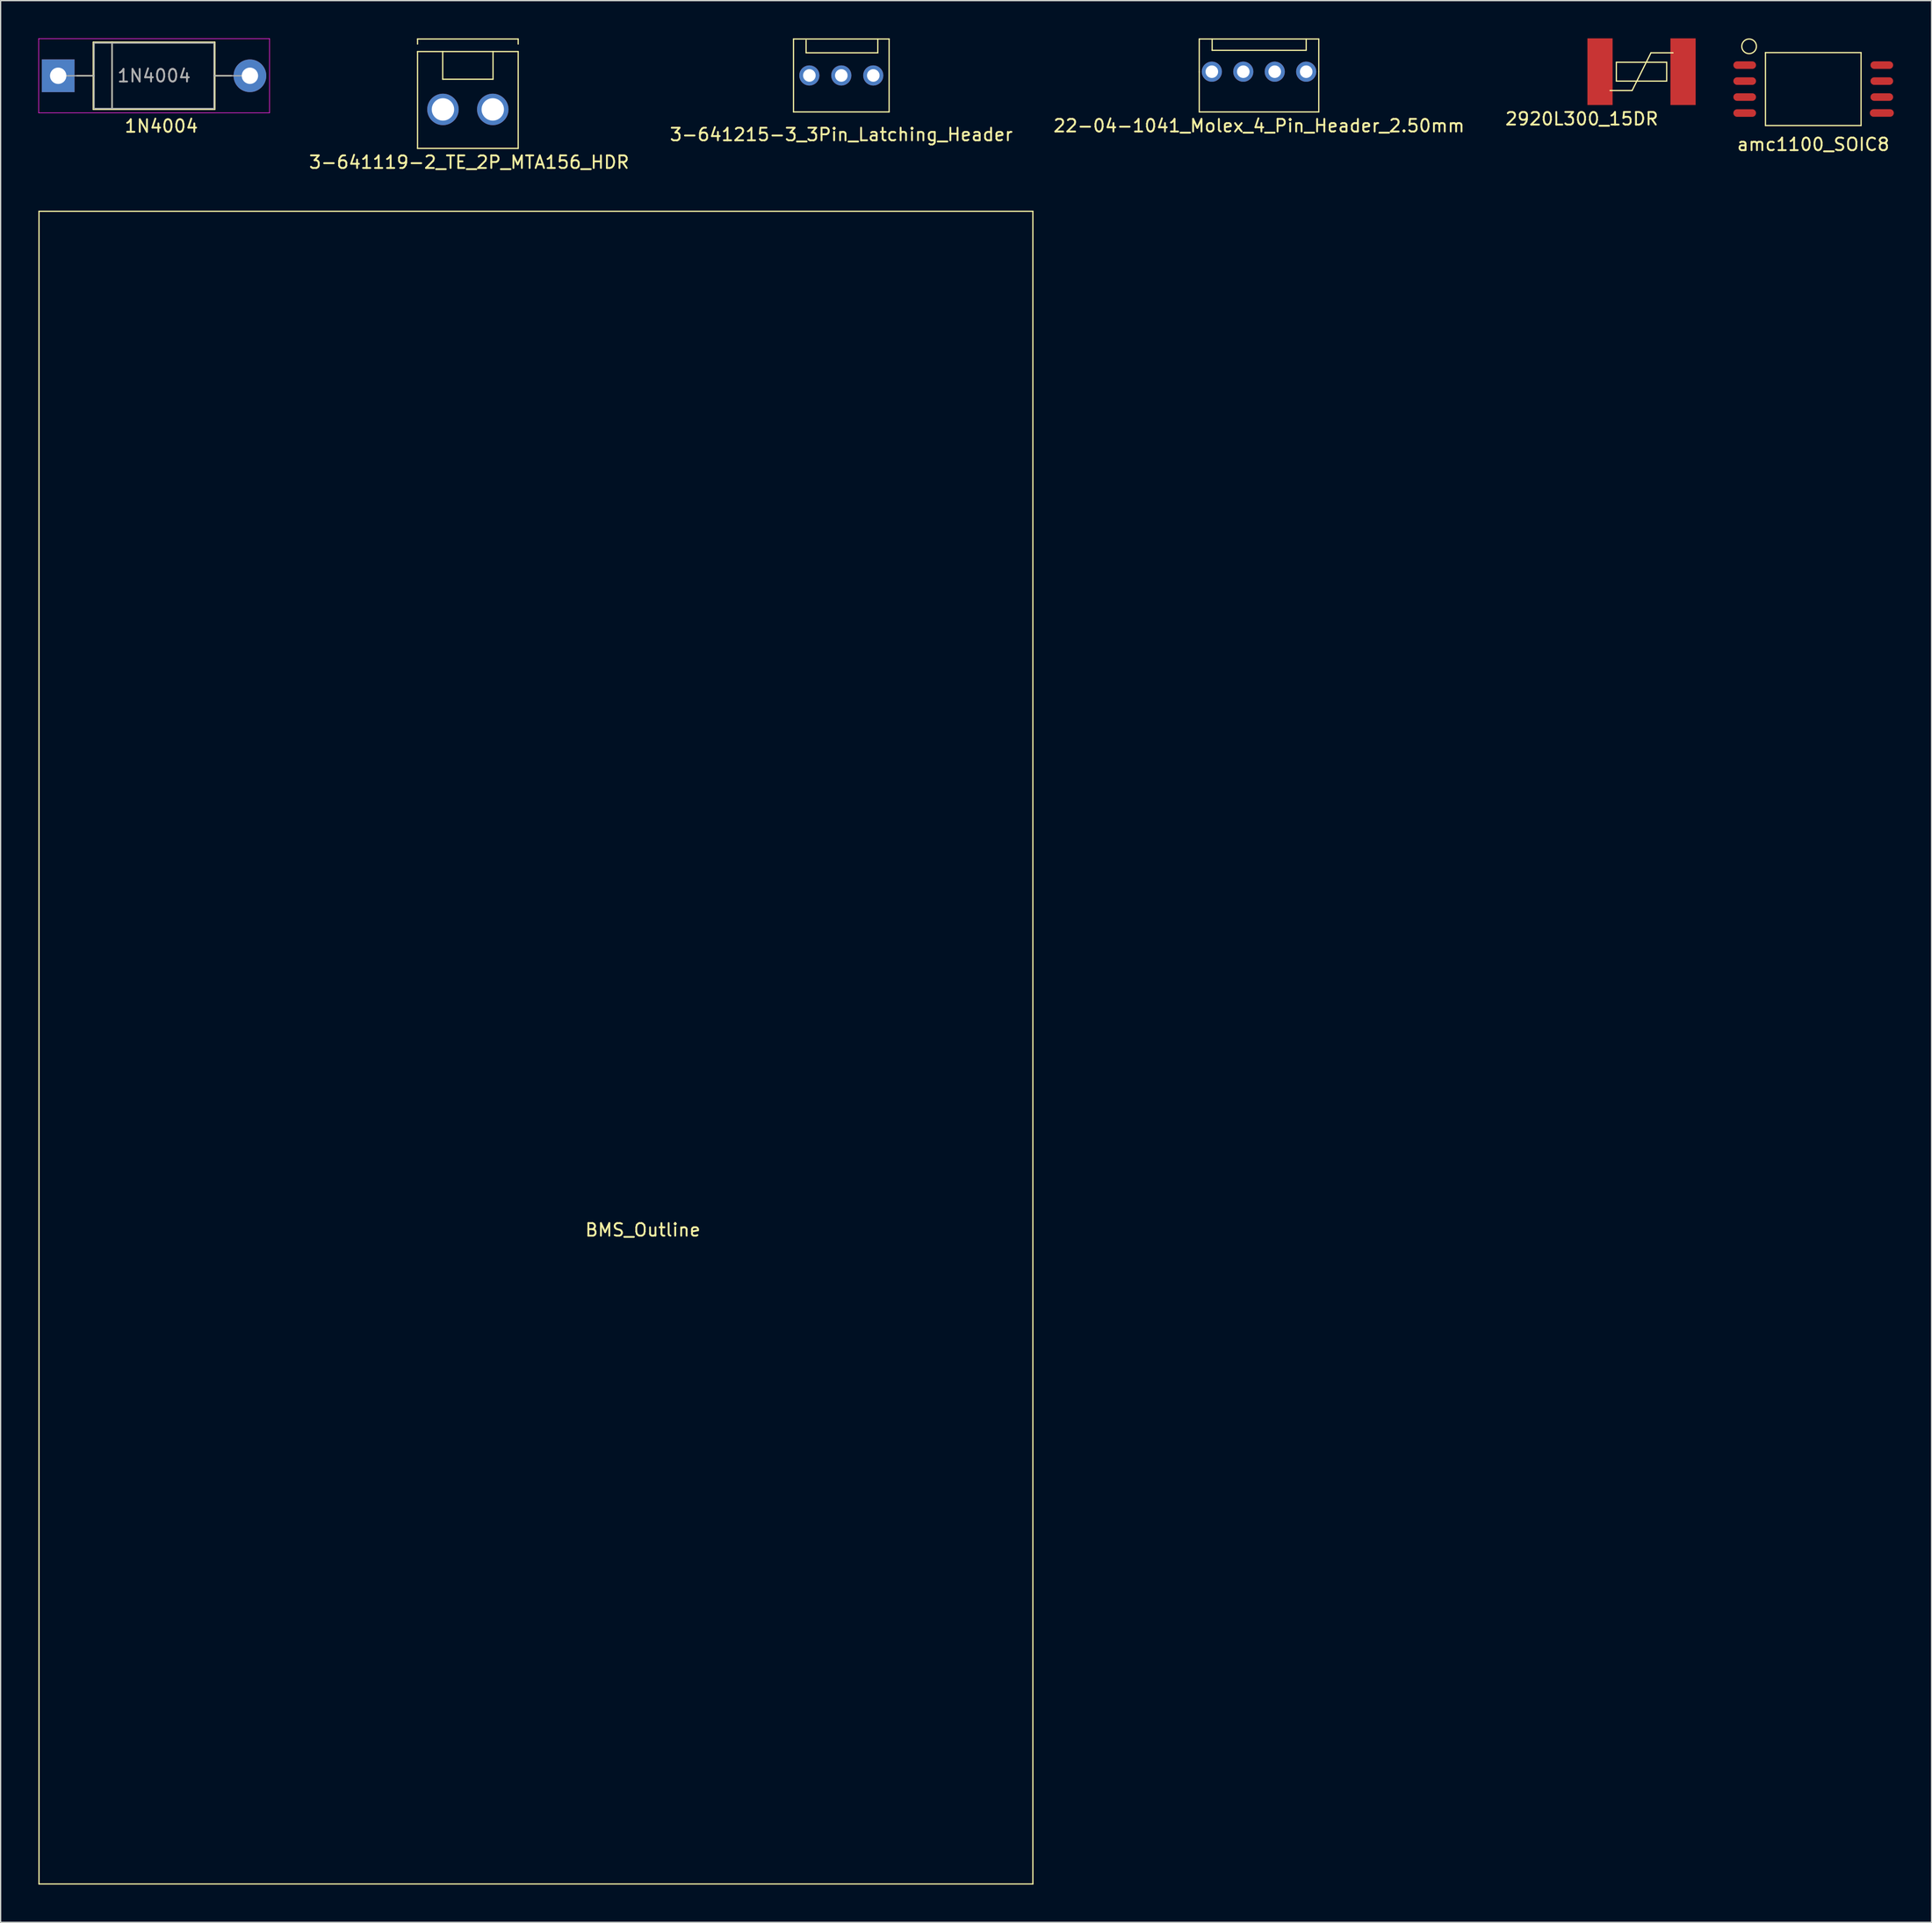
<source format=kicad_pcb>
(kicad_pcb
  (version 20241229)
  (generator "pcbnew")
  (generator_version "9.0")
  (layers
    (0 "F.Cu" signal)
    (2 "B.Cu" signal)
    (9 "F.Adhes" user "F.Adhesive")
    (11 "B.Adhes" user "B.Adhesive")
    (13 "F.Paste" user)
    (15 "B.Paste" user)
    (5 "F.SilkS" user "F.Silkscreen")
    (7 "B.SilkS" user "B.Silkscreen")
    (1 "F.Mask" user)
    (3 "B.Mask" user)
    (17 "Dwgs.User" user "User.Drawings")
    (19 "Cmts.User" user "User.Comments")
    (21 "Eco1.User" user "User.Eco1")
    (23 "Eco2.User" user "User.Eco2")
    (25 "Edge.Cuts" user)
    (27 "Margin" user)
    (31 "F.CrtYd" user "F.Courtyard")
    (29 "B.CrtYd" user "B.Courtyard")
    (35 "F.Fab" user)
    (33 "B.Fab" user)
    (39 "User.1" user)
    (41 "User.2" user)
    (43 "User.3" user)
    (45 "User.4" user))
  (footprint "1N4004"
    (layer "F.Cu")
    (at 1.575 2.975)
    (property "Reference" "1N4004" (at 8.2 4 0) (layer "F.SilkS") (effects (font (size 1 1) (thickness 0.15))))
    (attr through_hole)
    (fp_line (start 1.48 0) (end 2.795 0) (stroke (width 0.12) (type solid)) (layer "F.SilkS"))
    (fp_line (start 2.795 -2.665) (end 2.795 2.665) (stroke (width 0.12) (type solid)) (layer "F.SilkS"))
    (fp_line (start 2.795 2.665) (end 12.445 2.665) (stroke (width 0.12) (type solid)) (layer "F.SilkS"))
    (fp_line (start 4.285 -2.665) (end 4.285 2.665) (stroke (width 0.12) (type solid)) (layer "F.SilkS"))
    (fp_line (start 12.445 -2.665) (end 2.795 -2.665) (stroke (width 0.12) (type solid)) (layer "F.SilkS"))
    (fp_line (start 12.445 2.665) (end 12.445 -2.665) (stroke (width 0.12) (type solid)) (layer "F.SilkS"))
    (fp_line (start 13.76 0) (end 12.445 0) (stroke (width 0.12) (type solid)) (layer "F.SilkS"))
    (fp_line (start -1.55 -2.95) (end -1.55 2.95) (stroke (width 0.05) (type solid)) (layer "F.CrtYd"))
    (fp_line (start -1.55 2.95) (end 16.8 2.95) (stroke (width 0.05) (type solid)) (layer "F.CrtYd"))
    (fp_line (start 16.8 -2.95) (end -1.55 -2.95) (stroke (width 0.05) (type solid)) (layer "F.CrtYd"))
    (fp_line (start 16.8 2.95) (end 16.8 -2.95) (stroke (width 0.05) (type solid)) (layer "F.CrtYd"))
    (fp_line (start 0 0) (end 2.855 0) (stroke (width 0.1) (type solid)) (layer "F.Fab"))
    (fp_line (start 2.855 -2.605) (end 2.855 2.605) (stroke (width 0.1) (type solid)) (layer "F.Fab"))
    (fp_line (start 2.855 2.605) (end 12.385 2.605) (stroke (width 0.1) (type solid)) (layer "F.Fab"))
    (fp_line (start 4.285 -2.605) (end 4.285 2.605) (stroke (width 0.1) (type solid)) (layer "F.Fab"))
    (fp_line (start 12.385 -2.605) (end 2.855 -2.605) (stroke (width 0.1) (type solid)) (layer "F.Fab"))
    (fp_line (start 12.385 2.605) (end 12.385 -2.605) (stroke (width 0.1) (type solid)) (layer "F.Fab"))
    (fp_line (start 15.24 0) (end 12.385 0) (stroke (width 0.1) (type solid)) (layer "F.Fab"))
    (fp_text user "${REFERENCE}" (at 7.62 0 0) (layer "F.Fab") (effects (font (size 1 1) (thickness 0.15))))
    (pad "1" thru_hole rect (at 0 0) (size 2.6 2.6) (drill 1.3) (layers "*.Cu" "*.Mask"))
    (pad "2" thru_hole oval (at 15.24 0) (size 2.6 2.6) (drill 1.3) (layers "*.Cu" "*.Mask")))
  (footprint "amc1100_SOIC8"
    (layer "F.Cu")
    (at 141.08 4.033)
    (property "Reference" "amc1100_SOIC8" (at 0 4.4 0) (layer "F.SilkS") (effects (font (size 1 1) (thickness 0.15))))
    (attr through_hole)
    (fp_line (start -3.8 -2.9) (end -3.8 2.9) (stroke (width 0.1) (type solid)) (layer "F.SilkS"))
    (fp_line (start -3.8 2.9) (end 3.8 2.9) (stroke (width 0.1) (type solid)) (layer "F.SilkS"))
    (fp_line (start 3.8 -2.9) (end -3.8 -2.9) (stroke (width 0.1) (type solid)) (layer "F.SilkS"))
    (fp_line (start 3.8 2.9) (end 3.8 -2.9) (stroke (width 0.1) (type solid)) (layer "F.SilkS"))
    (fp_circle (center -5.1 -3.4) (end -4.6 -3.1) (stroke (width 0.1) (type solid)) (fill no) (layer "F.SilkS"))
    (pad "1" smd oval (at -5.45 -1.905) (size 1.8 0.6) (layers "F.Cu" "F.Mask" "F.Paste"))
    (pad "2" smd oval (at -5.45 -0.635) (size 1.8 0.6) (layers "F.Cu" "F.Mask" "F.Paste"))
    (pad "3" smd oval (at -5.45 0.635) (size 1.8 0.6) (layers "F.Cu" "F.Mask" "F.Paste"))
    (pad "4" smd oval (at -5.45 1.905) (size 1.8 0.6) (layers "F.Cu" "F.Mask" "F.Paste"))
    (pad "5" smd oval (at 5.45 1.9) (size 1.905 0.6) (layers "F.Cu" "F.Mask" "F.Paste"))
    (pad "6" smd oval (at 5.45 0.635) (size 1.8 0.6) (layers "F.Cu" "F.Mask" "F.Paste"))
    (pad "7" smd oval (at 5.45 -0.635) (size 1.8 0.6) (layers "F.Cu" "F.Mask" "F.Paste"))
    (pad "8" smd oval (at 5.45 -1.905) (size 1.8 0.6) (layers "F.Cu" "F.Mask" "F.Paste")))
  (footprint "BMS_Outline"
    (layer "F.Cu")
    (at 48.05 80.748)
    (property "Reference" "BMS_Outline" (at 0 14 0) (layer "F.SilkS") (effects (font (size 1 1) (thickness 0.15))))
    (attr through_hole)
    (fp_line (start -48 -67) (end -48 66) (stroke (width 0.1) (type solid)) (layer "F.SilkS"))
    (fp_line (start 31 -67) (end -48 -67) (stroke (width 0.1) (type solid)) (layer "F.SilkS"))
    (fp_line (start 31 -67) (end 31 66) (stroke (width 0.1) (type solid)) (layer "F.SilkS"))
    (fp_line (start 31 66) (end -48 66) (stroke (width 0.1) (type solid)) (layer "F.SilkS")))
  (footprint "3-641119-2_TE_2P_MTA156_HDR"
    (layer "F.Cu")
    (at 34.139 5.65)
    (property "Reference" "3-641119-2_TE_2P_MTA156_HDR" (at 0.1 4.2 0) (layer "F.SilkS") (effects (font (size 1 1) (thickness 0.15))))
    (attr through_hole)
    (fp_line (start -4 -5.6) (end -4 -5.2) (stroke (width 0.1) (type solid)) (layer "F.SilkS"))
    (fp_line (start -4 -5.6) (end 4 -5.6) (stroke (width 0.1) (type solid)) (layer "F.SilkS"))
    (fp_line (start -4 -4.6) (end -4 3.1) (stroke (width 0.1) (type solid)) (layer "F.SilkS"))
    (fp_line (start -2 -2.4) (end -2 -4.6) (stroke (width 0.1) (type solid)) (layer "F.SilkS"))
    (fp_line (start -2 -2.4) (end 2 -2.4) (stroke (width 0.1) (type solid)) (layer "F.SilkS"))
    (fp_line (start 2 -2.4) (end 2 -4.6) (stroke (width 0.1) (type solid)) (layer "F.SilkS"))
    (fp_line (start 4 -5.6) (end 4 -5.2) (stroke (width 0.1) (type solid)) (layer "F.SilkS"))
    (fp_line (start 4 -4.6) (end -4 -4.6) (stroke (width 0.1) (type solid)) (layer "F.SilkS"))
    (fp_line (start 4 3.1) (end -4 3.1) (stroke (width 0.1) (type solid)) (layer "F.SilkS"))
    (fp_line (start 4 3.1) (end 4 -4.6) (stroke (width 0.1) (type solid)) (layer "F.SilkS"))
    (pad "1" thru_hole circle (at 1.98 0) (size 2.5 2.5) (drill 1.78) (layers "*.Cu" "*.Mask"))
    (pad "2" thru_hole circle (at -1.98 0) (size 2.5 2.5) (drill 1.78) (layers "*.Cu" "*.Mask")))
  (footprint "3-641215-3_3Pin_Latching_Header"
    (layer "F.Cu")
    (at 63.823 2.95)
    (property "Reference" "3-641215-3_3Pin_Latching_Header" (at 0 4.7 0) (layer "F.SilkS") (effects (font (size 1 1) (thickness 0.15))))
    (attr through_hole)
    (fp_line (start -3.8 -2.9) (end -3.8 2.9) (stroke (width 0.1) (type solid)) (layer "F.SilkS"))
    (fp_line (start -3.8 2.9) (end 3.8 2.9) (stroke (width 0.1) (type solid)) (layer "F.SilkS"))
    (fp_line (start -2.8 -2.8) (end -2.8 -1.8) (stroke (width 0.1) (type solid)) (layer "F.SilkS"))
    (fp_line (start -2.8 -1.8) (end 2.9 -1.8) (stroke (width 0.1) (type solid)) (layer "F.SilkS"))
    (fp_line (start 2.9 -1.8) (end 2.9 -2.9) (stroke (width 0.1) (type solid)) (layer "F.SilkS"))
    (fp_line (start 3.8 -2.9) (end -3.8 -2.9) (stroke (width 0.1) (type solid)) (layer "F.SilkS"))
    (fp_line (start 3.8 2.9) (end 3.8 -2.9) (stroke (width 0.1) (type solid)) (layer "F.SilkS"))
    (pad "1" thru_hole circle (at 2.54 0) (size 1.6 1.6) (drill 1) (layers "*.Cu" "*.Mask"))
    (pad "2" thru_hole circle (at 0 0) (size 1.6 1.6) (drill 1) (layers "*.Cu" "*.Mask"))
    (pad "3" thru_hole circle (at -2.54 0) (size 1.6 1.6) (drill 1) (layers "*.Cu" "*.Mask")))
  (footprint "2920L300_15DR"
    (layer "F.Cu")
    (at 127.43 2.65)
    (property "Reference" "2920L300_15DR" (at -4.75 3.75 0) (layer "F.SilkS") (effects (font (size 1 1) (thickness 0.15))))
    (attr through_hole)
    (fp_line (start -2.5 1.5) (end -0.75 1.5) (stroke (width 0.1) (type solid)) (layer "F.SilkS"))
    (fp_line (start -2 -0.75) (end 2 -0.75) (stroke (width 0.1) (type solid)) (layer "F.SilkS"))
    (fp_line (start -2 0.75) (end -2 -0.75) (stroke (width 0.1) (type solid)) (layer "F.SilkS"))
    (fp_line (start -0.75 1.5) (end 0.75 -1.5) (stroke (width 0.1) (type solid)) (layer "F.SilkS"))
    (fp_line (start 0.75 -1.5) (end 2.5 -1.5) (stroke (width 0.1) (type solid)) (layer "F.SilkS"))
    (fp_line (start 2 -0.75) (end 2 0.75) (stroke (width 0.1) (type solid)) (layer "F.SilkS"))
    (fp_line (start 2 0.75) (end -2 0.75) (stroke (width 0.1) (type solid)) (layer "F.SilkS"))
    (pad "1" smd rect (at -3.3 0) (size 2 5.3) (layers "F.Cu" "F.Mask" "F.Paste"))
    (pad "2" smd rect (at 3.3 0) (size 2 5.3) (layers "F.Cu" "F.Mask" "F.Paste")))
  (footprint "22-04-1041_Molex_4_Pin_Header_2.50mm"
    (layer "F.Cu")
    (at 97.025 2.65)
    (property "Reference" "22-04-1041_Molex_4_Pin_Header_2.50mm" (at 0 4.3 0) (layer "F.SilkS") (effects (font (size 1 1) (thickness 0.15))))
    (attr through_hole)
    (fp_line (start -4.75 -2.6) (end -4.75 0.025) (stroke (width 0.1) (type solid)) (layer "F.SilkS"))
    (fp_line (start -4.75 -2.6) (end 4.75 -2.6) (stroke (width 0.1) (type solid)) (layer "F.SilkS"))
    (fp_line (start -4.75 0) (end -4.75 3.2) (stroke (width 0.1) (type solid)) (layer "F.SilkS"))
    (fp_line (start -4.75 3.2) (end 4.75 3.2) (stroke (width 0.1) (type solid)) (layer "F.SilkS"))
    (fp_line (start -3.725 -1.7) (end -3.725 -2.6) (stroke (width 0.1) (type solid)) (layer "F.SilkS"))
    (fp_line (start -3.725 -1.7) (end 3.75 -1.7) (stroke (width 0.1) (type solid)) (layer "F.SilkS"))
    (fp_line (start 3.75 -1.7) (end 3.75 -2.6) (stroke (width 0.1) (type solid)) (layer "F.SilkS"))
    (fp_line (start 4.75 0) (end 4.75 -2.6) (stroke (width 0.1) (type solid)) (layer "F.SilkS"))
    (fp_line (start 4.75 0) (end 4.75 3.2) (stroke (width 0.1) (type solid)) (layer "F.SilkS"))
    (pad "1" thru_hole circle (at 3.75 0) (size 1.6 1.6) (drill 1) (layers "*.Cu" "*.Mask"))
    (pad "2" thru_hole circle (at 1.25 0) (size 1.6 1.6) (drill 1) (layers "*.Cu" "*.Mask"))
    (pad "3" thru_hole circle (at -1.25 0) (size 1.6 1.6) (drill 1) (layers "*.Cu" "*.Mask"))
    (pad "4" thru_hole circle (at -3.75 0) (size 1.6 1.6) (drill 1) (layers "*.Cu" "*.Mask")))
  (gr_rect
    (start -3 -3)
    (end 150.482 149.798)
    (stroke (width 0.1) (type default))
    (fill no)
    (layer "Edge.Cuts")))
</source>
